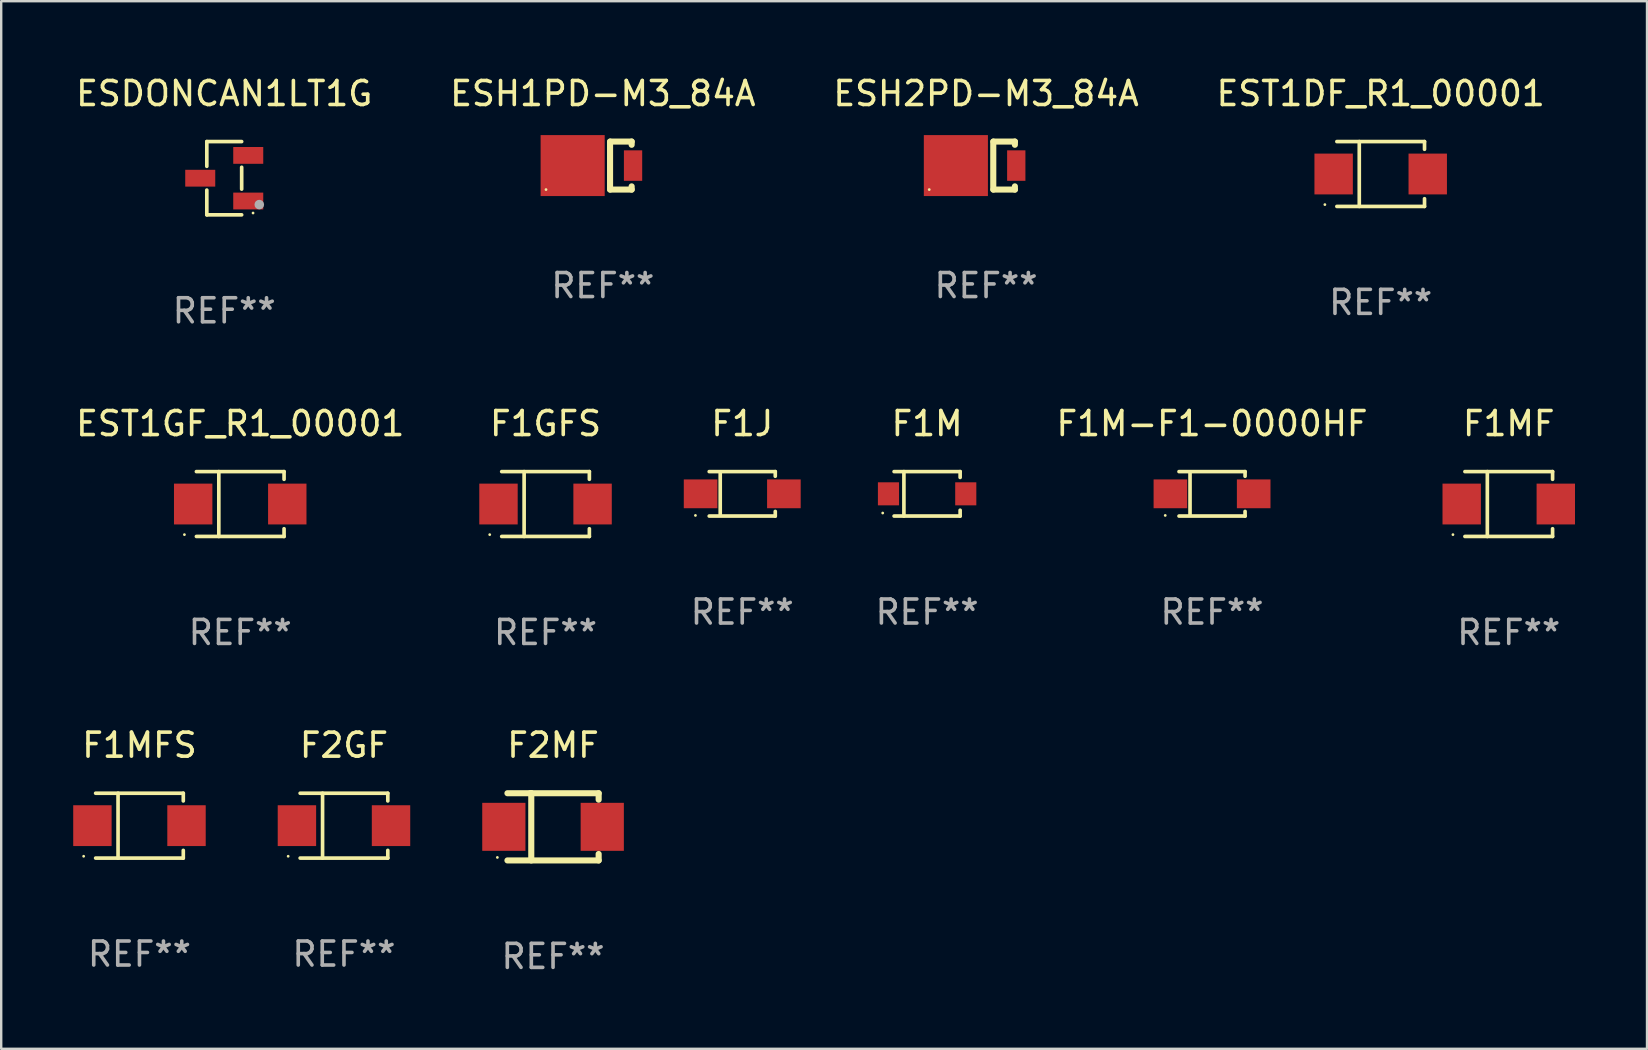
<source format=kicad_pcb>
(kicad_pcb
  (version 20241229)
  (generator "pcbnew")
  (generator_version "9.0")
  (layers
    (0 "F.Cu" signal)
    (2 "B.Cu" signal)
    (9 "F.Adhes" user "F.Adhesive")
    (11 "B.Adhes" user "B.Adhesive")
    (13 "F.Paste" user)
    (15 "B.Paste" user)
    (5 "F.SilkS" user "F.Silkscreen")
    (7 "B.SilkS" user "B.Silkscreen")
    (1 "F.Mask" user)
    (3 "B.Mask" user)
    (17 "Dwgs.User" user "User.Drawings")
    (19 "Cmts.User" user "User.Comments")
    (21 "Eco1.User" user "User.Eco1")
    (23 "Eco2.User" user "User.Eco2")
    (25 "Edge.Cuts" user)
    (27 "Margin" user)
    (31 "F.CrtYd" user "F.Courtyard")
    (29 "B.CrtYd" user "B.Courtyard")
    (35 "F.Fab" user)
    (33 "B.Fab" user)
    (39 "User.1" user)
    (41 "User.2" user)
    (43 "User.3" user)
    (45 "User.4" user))
  (footprint "ESDONCAN1LT1G"
    (layer "F.Cu")
    (at 6.292 4.374)
    (property "Reference" "ESDONCAN1LT1G" (at 0 -3.526 0) (layer "F.SilkS") (effects (font (size 1 1) (thickness 0.15))))
    (attr through_hole)
    (fp_line (start -0.726 -1.526) (end -0.726 -0.495) (stroke (width 0.152) (type solid)) (layer "F.SilkS"))
    (fp_line (start -0.726 1.526) (end -0.726 0.495) (stroke (width 0.152) (type solid)) (layer "F.SilkS"))
    (fp_line (start 0.726 -1.526) (end -0.726 -1.526) (stroke (width 0.152) (type solid)) (layer "F.SilkS"))
    (fp_line (start 0.726 -0.455) (end 0.726 0.455) (stroke (width 0.152) (type solid)) (layer "F.SilkS"))
    (fp_line (start 0.726 1.526) (end -0.726 1.526) (stroke (width 0.152) (type solid)) (layer "F.SilkS"))
    (fp_circle (center 1.2 1.45) (end 1.23 1.45) (stroke (width 0.06) (type solid)) (fill no) (layer "F.SilkS"))
    (fp_circle (center 1.46 1.1) (end 1.56 1.1) (stroke (width 0.2) (type solid)) (fill no) (layer "F.Fab"))
    (fp_text user "REF**" (at 0 5.526 0) (layer "F.Fab") (effects (font (size 1 1) (thickness 0.15))))
    (pad "1" smd rect (at 1 0.95) (size 1.25 0.7) (layers "F.Cu" "F.Mask" "F.Paste"))
    (pad "2" smd rect (at 1 -0.95) (size 1.25 0.7) (layers "F.Cu" "F.Mask" "F.Paste"))
    (pad "3" smd rect (at -1 0) (size 1.25 0.7) (layers "F.Cu" "F.Mask" "F.Paste")))
  (footprint "F2MF"
    (layer "F.Cu")
    (at 19.99 31.396)
    (property "Reference" "F2MF" (at 0 -3.4 0) (layer "F.SilkS") (effects (font (size 1 1) (thickness 0.15))))
    (attr through_hole)
    (fp_line (start -1.9 -1.4) (end 1.9 -1.4) (stroke (width 0.254) (type solid)) (layer "F.SilkS"))
    (fp_line (start -1.9 1.4) (end 1.9 1.4) (stroke (width 0.254) (type solid)) (layer "F.SilkS"))
    (fp_line (start -0.954 -1.4) (end -0.907 -1.4) (stroke (width 0.254) (type solid)) (layer "F.SilkS"))
    (fp_line (start -0.907 -1.4) (end -0.907 1.4) (stroke (width 0.254) (type solid)) (layer "F.SilkS"))
    (fp_line (start 1.9 -1.4) (end 1.9 -1.131) (stroke (width 0.254) (type solid)) (layer "F.SilkS"))
    (fp_line (start 1.9 1.131) (end 1.9 1.4) (stroke (width 0.254) (type solid)) (layer "F.SilkS"))
    (fp_circle (center -2.32 1.275) (end -2.29 1.275) (stroke (width 0.06) (type solid)) (fill no) (layer "F.SilkS"))
    (fp_text user "REF**" (at 0 5.4 0) (layer "F.Fab") (effects (font (size 1 1) (thickness 0.15))))
    (pad "1" smd rect (at -2.05 0 180) (size 1.8 2) (layers "F.Cu" "F.Mask" "F.Paste"))
    (pad "2" smd rect (at 2.05 0 180) (size 1.8 2) (layers "F.Cu" "F.Mask" "F.Paste")))
  (footprint "EST1DF_R1_00001"
    (layer "F.Cu")
    (at 54.47 4.199)
    (property "Reference" "EST1DF_R1_00001" (at 0 -3.351 0) (layer "F.SilkS") (effects (font (size 1 1) (thickness 0.15))))
    (attr through_hole)
    (fp_line (start -1.826 -1.351) (end 1.826 -1.351) (stroke (width 0.152) (type solid)) (layer "F.SilkS"))
    (fp_line (start -1.826 1.351) (end 1.826 1.351) (stroke (width 0.152) (type solid)) (layer "F.SilkS"))
    (fp_line (start -0.892 -1.351) (end -0.892 1.351) (stroke (width 0.152) (type solid)) (layer "F.SilkS"))
    (fp_line (start 1.826 -1.351) (end 1.826 -1.03) (stroke (width 0.152) (type solid)) (layer "F.SilkS"))
    (fp_line (start 1.826 1.03) (end 1.826 1.351) (stroke (width 0.152) (type solid)) (layer "F.SilkS"))
    (fp_circle (center -2.325 1.275) (end -2.295 1.275) (stroke (width 0.06) (type solid)) (fill no) (layer "F.SilkS"))
    (fp_text user "REF**" (at 0 5.351 0) (layer "F.Fab") (effects (font (size 1 1) (thickness 0.15))))
    (pad "1" smd rect (at -1.96 0 180) (size 1.6 1.7) (layers "F.Cu" "F.Mask" "F.Paste"))
    (pad "2" smd rect (at 1.96 0 180) (size 1.6 1.7) (layers "F.Cu" "F.Mask" "F.Paste")))
  (footprint "F1M"
    (layer "F.Cu")
    (at 35.574 17.523)
    (property "Reference" "F1M" (at 0 -2.926 0) (layer "F.SilkS") (effects (font (size 1 1) (thickness 0.15))))
    (attr through_hole)
    (fp_line (start -1.376 -0.926) (end 1.376 -0.926) (stroke (width 0.152) (type solid)) (layer "F.SilkS"))
    (fp_line (start -1.376 0.926) (end 1.376 0.926) (stroke (width 0.152) (type solid)) (layer "F.SilkS"))
    (fp_line (start -0.967 -0.926) (end -0.967 0.926) (stroke (width 0.152) (type solid)) (layer "F.SilkS"))
    (fp_line (start 1.376 -0.926) (end 1.376 -0.683) (stroke (width 0.152) (type solid)) (layer "F.SilkS"))
    (fp_line (start 1.376 0.926) (end 1.376 0.683) (stroke (width 0.152) (type solid)) (layer "F.SilkS"))
    (fp_circle (center -1.85 0.8) (end -1.82 0.8) (stroke (width 0.06) (type solid)) (fill no) (layer "F.SilkS"))
    (fp_text user "REF**" (at 0 4.926 0) (layer "F.Fab") (effects (font (size 1 1) (thickness 0.15))))
    (pad "1" smd rect (at -1.61 0) (size 0.88 0.96) (layers "F.Cu" "F.Mask" "F.Paste"))
    (pad "2" smd rect (at 1.61 0) (size 0.88 0.96) (layers "F.Cu" "F.Mask" "F.Paste")))
  (footprint "EST1GF_R1_00001"
    (layer "F.Cu")
    (at 6.958 17.948)
    (property "Reference" "EST1GF_R1_00001" (at 0 -3.351 0) (layer "F.SilkS") (effects (font (size 1 1) (thickness 0.15))))
    (attr through_hole)
    (fp_line (start -1.826 -1.351) (end 1.826 -1.351) (stroke (width 0.152) (type solid)) (layer "F.SilkS"))
    (fp_line (start -1.826 1.351) (end 1.826 1.351) (stroke (width 0.152) (type solid)) (layer "F.SilkS"))
    (fp_line (start -0.892 -1.351) (end -0.892 1.351) (stroke (width 0.152) (type solid)) (layer "F.SilkS"))
    (fp_line (start 1.826 -1.351) (end 1.826 -1.03) (stroke (width 0.152) (type solid)) (layer "F.SilkS"))
    (fp_line (start 1.826 1.03) (end 1.826 1.351) (stroke (width 0.152) (type solid)) (layer "F.SilkS"))
    (fp_circle (center -2.325 1.275) (end -2.295 1.275) (stroke (width 0.06) (type solid)) (fill no) (layer "F.SilkS"))
    (fp_text user "REF**" (at 0 5.351 0) (layer "F.Fab") (effects (font (size 1 1) (thickness 0.15))))
    (pad "1" smd rect (at -1.96 0 180) (size 1.6 1.7) (layers "F.Cu" "F.Mask" "F.Paste"))
    (pad "2" smd rect (at 1.96 0 180) (size 1.6 1.7) (layers "F.Cu" "F.Mask" "F.Paste")))
  (footprint "ESH2PD-M3_84A"
    (layer "F.Cu")
    (at 38.03 3.848)
    (property "Reference" "ESH2PD-M3_84A" (at 0 -3 0) (layer "F.SilkS") (effects (font (size 1 1) (thickness 0.15))))
    (attr through_hole)
    (fp_line (start 0.3 -1) (end 0.3 1) (stroke (width 0.254) (type solid)) (layer "F.SilkS"))
    (fp_line (start 1.2 -1) (end 0.308 -1) (stroke (width 0.254) (type solid)) (layer "F.SilkS"))
    (fp_line (start 1.2 -1) (end 1.2 -0.866) (stroke (width 0.254) (type solid)) (layer "F.SilkS"))
    (fp_line (start 1.2 1) (end 0.308 1) (stroke (width 0.254) (type solid)) (layer "F.SilkS"))
    (fp_line (start 1.2 1) (end 1.2 0.866) (stroke (width 0.254) (type solid)) (layer "F.SilkS"))
    (fp_circle (center -2.368 1) (end -2.338 1) (stroke (width 0.06) (type solid)) (fill no) (layer "F.SilkS"))
    (fp_text user "REF**" (at 0 5 0) (layer "F.Fab") (effects (font (size 1 1) (thickness 0.15))))
    (pad "1" smd rect (at -1.258 0) (size 2.67 2.54) (layers "F.Cu" "F.Mask" "F.Paste"))
    (pad "2" smd rect (at 1.258 0) (size 0.762 1.27) (layers "F.Cu" "F.Mask" "F.Paste")))
  (footprint "F1GFS"
    (layer "F.Cu")
    (at 19.677 17.948)
    (property "Reference" "F1GFS" (at 0 -3.351 0) (layer "F.SilkS") (effects (font (size 1 1) (thickness 0.15))))
    (attr through_hole)
    (fp_line (start -1.826 -1.351) (end 1.826 -1.351) (stroke (width 0.152) (type solid)) (layer "F.SilkS"))
    (fp_line (start -1.826 1.351) (end 1.826 1.351) (stroke (width 0.152) (type solid)) (layer "F.SilkS"))
    (fp_line (start -0.892 -1.351) (end -0.892 1.351) (stroke (width 0.152) (type solid)) (layer "F.SilkS"))
    (fp_line (start 1.826 -1.351) (end 1.826 -1.03) (stroke (width 0.152) (type solid)) (layer "F.SilkS"))
    (fp_line (start 1.826 1.03) (end 1.826 1.351) (stroke (width 0.152) (type solid)) (layer "F.SilkS"))
    (fp_circle (center -2.325 1.275) (end -2.295 1.275) (stroke (width 0.06) (type solid)) (fill no) (layer "F.SilkS"))
    (fp_text user "REF**" (at 0 5.351 0) (layer "F.Fab") (effects (font (size 1 1) (thickness 0.15))))
    (pad "1" smd rect (at -1.96 0 180) (size 1.6 1.7) (layers "F.Cu" "F.Mask" "F.Paste"))
    (pad "2" smd rect (at 1.96 0 180) (size 1.6 1.7) (layers "F.Cu" "F.Mask" "F.Paste")))
  (footprint "F1MF"
    (layer "F.Cu")
    (at 59.805 17.948)
    (property "Reference" "F1MF" (at 0 -3.351 0) (layer "F.SilkS") (effects (font (size 1 1) (thickness 0.15))))
    (attr through_hole)
    (fp_line (start -1.826 -1.351) (end 1.826 -1.351) (stroke (width 0.152) (type solid)) (layer "F.SilkS"))
    (fp_line (start -1.826 1.351) (end 1.826 1.351) (stroke (width 0.152) (type solid)) (layer "F.SilkS"))
    (fp_line (start -0.892 -1.351) (end -0.892 1.351) (stroke (width 0.152) (type solid)) (layer "F.SilkS"))
    (fp_line (start 1.826 -1.351) (end 1.826 -1.03) (stroke (width 0.152) (type solid)) (layer "F.SilkS"))
    (fp_line (start 1.826 1.03) (end 1.826 1.351) (stroke (width 0.152) (type solid)) (layer "F.SilkS"))
    (fp_circle (center -2.325 1.275) (end -2.295 1.275) (stroke (width 0.06) (type solid)) (fill no) (layer "F.SilkS"))
    (fp_text user "REF**" (at 0 5.351 0) (layer "F.Fab") (effects (font (size 1 1) (thickness 0.15))))
    (pad "1" smd rect (at -1.96 0 180) (size 1.6 1.7) (layers "F.Cu" "F.Mask" "F.Paste"))
    (pad "2" smd rect (at 1.96 0 180) (size 1.6 1.7) (layers "F.Cu" "F.Mask" "F.Paste")))
  (footprint "F2GF"
    (layer "F.Cu")
    (at 11.28 31.347)
    (property "Reference" "F2GF" (at 0 -3.351 0) (layer "F.SilkS") (effects (font (size 1 1) (thickness 0.15))))
    (attr through_hole)
    (fp_line (start -1.826 -1.351) (end 1.826 -1.351) (stroke (width 0.152) (type solid)) (layer "F.SilkS"))
    (fp_line (start -1.826 1.351) (end 1.826 1.351) (stroke (width 0.152) (type solid)) (layer "F.SilkS"))
    (fp_line (start -0.892 -1.351) (end -0.892 1.351) (stroke (width 0.152) (type solid)) (layer "F.SilkS"))
    (fp_line (start 1.826 -1.351) (end 1.826 -1.03) (stroke (width 0.152) (type solid)) (layer "F.SilkS"))
    (fp_line (start 1.826 1.03) (end 1.826 1.351) (stroke (width 0.152) (type solid)) (layer "F.SilkS"))
    (fp_circle (center -2.325 1.275) (end -2.295 1.275) (stroke (width 0.06) (type solid)) (fill no) (layer "F.SilkS"))
    (fp_text user "REF**" (at 0 5.351 0) (layer "F.Fab") (effects (font (size 1 1) (thickness 0.15))))
    (pad "1" smd rect (at -1.96 0 180) (size 1.6 1.7) (layers "F.Cu" "F.Mask" "F.Paste"))
    (pad "2" smd rect (at 1.96 0 180) (size 1.6 1.7) (layers "F.Cu" "F.Mask" "F.Paste")))
  (footprint "F1J"
    (layer "F.Cu")
    (at 27.872 17.523)
    (property "Reference" "F1J" (at 0 -2.926 0) (layer "F.SilkS") (effects (font (size 1 1) (thickness 0.15))))
    (attr through_hole)
    (fp_line (start -1.376 -0.926) (end 1.376 -0.926) (stroke (width 0.152) (type solid)) (layer "F.SilkS"))
    (fp_line (start -1.376 0.926) (end 1.376 0.926) (stroke (width 0.152) (type solid)) (layer "F.SilkS"))
    (fp_line (start -0.917 -0.876) (end -0.917 0.876) (stroke (width 0.152) (type solid)) (layer "F.SilkS"))
    (fp_line (start 1.376 -0.926) (end 1.376 -0.733) (stroke (width 0.152) (type solid)) (layer "F.SilkS"))
    (fp_line (start 1.376 0.926) (end 1.376 0.733) (stroke (width 0.152) (type solid)) (layer "F.SilkS"))
    (fp_circle (center -1.95 0.9) (end -1.92 0.9) (stroke (width 0.06) (type solid)) (fill no) (layer "F.SilkS"))
    (fp_text user "REF**" (at 0 4.926 0) (layer "F.Fab") (effects (font (size 1 1) (thickness 0.15))))
    (pad "1" smd rect (at -1.735 0) (size 1.4 1.2) (layers "F.Cu" "F.Mask" "F.Paste"))
    (pad "2" smd rect (at 1.735 0) (size 1.4 1.2) (layers "F.Cu" "F.Mask" "F.Paste")))
  (footprint "ESH1PD-M3_84A"
    (layer "F.Cu")
    (at 22.065 3.848)
    (property "Reference" "ESH1PD-M3_84A" (at 0 -3 0) (layer "F.SilkS") (effects (font (size 1 1) (thickness 0.15))))
    (attr through_hole)
    (fp_line (start 0.3 -1) (end 0.3 1) (stroke (width 0.254) (type solid)) (layer "F.SilkS"))
    (fp_line (start 1.2 -1) (end 0.308 -1) (stroke (width 0.254) (type solid)) (layer "F.SilkS"))
    (fp_line (start 1.2 -1) (end 1.2 -0.866) (stroke (width 0.254) (type solid)) (layer "F.SilkS"))
    (fp_line (start 1.2 1) (end 0.308 1) (stroke (width 0.254) (type solid)) (layer "F.SilkS"))
    (fp_line (start 1.2 1) (end 1.2 0.866) (stroke (width 0.254) (type solid)) (layer "F.SilkS"))
    (fp_circle (center -2.368 1) (end -2.338 1) (stroke (width 0.06) (type solid)) (fill no) (layer "F.SilkS"))
    (fp_text user "REF**" (at 0 5 0) (layer "F.Fab") (effects (font (size 1 1) (thickness 0.15))))
    (pad "1" smd rect (at -1.258 0) (size 2.67 2.54) (layers "F.Cu" "F.Mask" "F.Paste"))
    (pad "2" smd rect (at 1.258 0) (size 0.762 1.27) (layers "F.Cu" "F.Mask" "F.Paste")))
  (footprint "F1MFS"
    (layer "F.Cu")
    (at 2.76 31.347)
    (property "Reference" "F1MFS" (at 0 -3.351 0) (layer "F.SilkS") (effects (font (size 1 1) (thickness 0.15))))
    (attr through_hole)
    (fp_line (start -1.826 -1.351) (end 1.826 -1.351) (stroke (width 0.152) (type solid)) (layer "F.SilkS"))
    (fp_line (start -1.826 1.351) (end 1.826 1.351) (stroke (width 0.152) (type solid)) (layer "F.SilkS"))
    (fp_line (start -0.892 -1.351) (end -0.892 1.351) (stroke (width 0.152) (type solid)) (layer "F.SilkS"))
    (fp_line (start 1.826 -1.351) (end 1.826 -1.03) (stroke (width 0.152) (type solid)) (layer "F.SilkS"))
    (fp_line (start 1.826 1.03) (end 1.826 1.351) (stroke (width 0.152) (type solid)) (layer "F.SilkS"))
    (fp_circle (center -2.325 1.275) (end -2.295 1.275) (stroke (width 0.06) (type solid)) (fill no) (layer "F.SilkS"))
    (fp_text user "REF**" (at 0 5.351 0) (layer "F.Fab") (effects (font (size 1 1) (thickness 0.15))))
    (pad "1" smd rect (at -1.96 0 180) (size 1.6 1.7) (layers "F.Cu" "F.Mask" "F.Paste"))
    (pad "2" smd rect (at 1.96 0 180) (size 1.6 1.7) (layers "F.Cu" "F.Mask" "F.Paste")))
  (footprint "F1M-F1-0000HF"
    (layer "F.Cu")
    (at 47.444 17.523)
    (property "Reference" "F1M-F1-0000HF" (at 0 -2.926 0) (layer "F.SilkS") (effects (font (size 1 1) (thickness 0.15))))
    (attr through_hole)
    (fp_line (start -1.376 -0.926) (end 1.376 -0.926) (stroke (width 0.152) (type solid)) (layer "F.SilkS"))
    (fp_line (start -1.376 0.926) (end 1.376 0.926) (stroke (width 0.152) (type solid)) (layer "F.SilkS"))
    (fp_line (start -0.917 -0.876) (end -0.917 0.876) (stroke (width 0.152) (type solid)) (layer "F.SilkS"))
    (fp_line (start 1.376 -0.926) (end 1.376 -0.733) (stroke (width 0.152) (type solid)) (layer "F.SilkS"))
    (fp_line (start 1.376 0.926) (end 1.376 0.733) (stroke (width 0.152) (type solid)) (layer "F.SilkS"))
    (fp_circle (center -1.95 0.9) (end -1.92 0.9) (stroke (width 0.06) (type solid)) (fill no) (layer "F.SilkS"))
    (fp_text user "REF**" (at 0 4.926 0) (layer "F.Fab") (effects (font (size 1 1) (thickness 0.15))))
    (pad "1" smd rect (at -1.735 0) (size 1.4 1.2) (layers "F.Cu" "F.Mask" "F.Paste"))
    (pad "2" smd rect (at 1.735 0) (size 1.4 1.2) (layers "F.Cu" "F.Mask" "F.Paste")))
  (gr_rect
    (start -3 -3)
    (end 65.565 40.644)
    (stroke (width 0.1) (type default))
    (fill no)
    (layer "Edge.Cuts")))
</source>
